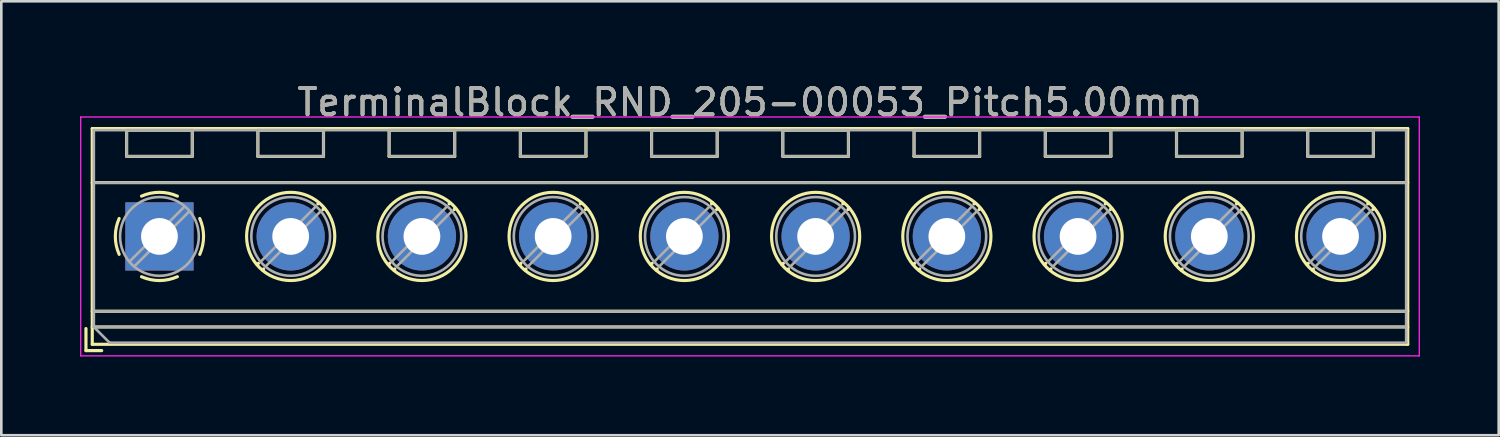
<source format=kicad_pcb>
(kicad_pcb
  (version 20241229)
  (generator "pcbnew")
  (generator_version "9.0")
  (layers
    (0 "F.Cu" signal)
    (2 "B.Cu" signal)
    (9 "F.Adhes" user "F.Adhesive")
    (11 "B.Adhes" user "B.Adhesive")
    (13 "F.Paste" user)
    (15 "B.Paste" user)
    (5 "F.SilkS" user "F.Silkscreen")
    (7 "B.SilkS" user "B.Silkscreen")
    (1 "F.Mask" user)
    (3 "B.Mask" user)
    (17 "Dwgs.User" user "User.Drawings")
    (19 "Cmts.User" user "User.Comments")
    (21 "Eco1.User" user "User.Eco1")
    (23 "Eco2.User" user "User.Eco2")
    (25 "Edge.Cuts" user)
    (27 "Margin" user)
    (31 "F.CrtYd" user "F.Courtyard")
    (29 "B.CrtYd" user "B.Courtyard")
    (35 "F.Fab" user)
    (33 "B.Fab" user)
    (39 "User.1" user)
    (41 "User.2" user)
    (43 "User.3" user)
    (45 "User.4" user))
  (footprint "TerminalBlock_RND_205-00053_Pitch5.00mm"
    (layer "F.Cu")
    (at 3.025 5.958)
    (property "Reference" "TerminalBlock_RND_205-00053_Pitch5.00mm" (at 22.5 -5.11 0) (layer "F.SilkS") (effects (font (size 1 1) (thickness 0.15))))
    (attr through_hole)
    (fp_line (start -2.8 3.51) (end -2.8 4.35) (stroke (width 0.12) (type solid)) (layer "F.SilkS"))
    (fp_line (start -2.8 4.35) (end -2.2 4.35) (stroke (width 0.12) (type solid)) (layer "F.SilkS"))
    (fp_line (start -2.56 -4.11) (end -2.56 4.11) (stroke (width 0.12) (type solid)) (layer "F.SilkS"))
    (fp_line (start -2.56 -2.05) (end 47.56 -2.05) (stroke (width 0.12) (type solid)) (layer "F.SilkS"))
    (fp_line (start -2.56 2.85) (end 47.56 2.85) (stroke (width 0.12) (type solid)) (layer "F.SilkS"))
    (fp_line (start -2.56 3.45) (end 47.56 3.45) (stroke (width 0.12) (type solid)) (layer "F.SilkS"))
    (fp_line (start -2.56 4.11) (end 47.56 4.11) (stroke (width 0.12) (type solid)) (layer "F.SilkS"))
    (fp_line (start -1.25 -4.05) (end -1.25 -3.05) (stroke (width 0.12) (type solid)) (layer "F.SilkS"))
    (fp_line (start -1.25 -4.05) (end 1.25 -4.05) (stroke (width 0.12) (type solid)) (layer "F.SilkS"))
    (fp_line (start -1.25 -3.05) (end 1.25 -3.05) (stroke (width 0.12) (type solid)) (layer "F.SilkS"))
    (fp_line (start 1.25 -4.05) (end 1.25 -3.05) (stroke (width 0.12) (type solid)) (layer "F.SilkS"))
    (fp_line (start 3.75 -4.05) (end 3.75 -3.05) (stroke (width 0.12) (type solid)) (layer "F.SilkS"))
    (fp_line (start 3.75 -4.05) (end 6.25 -4.05) (stroke (width 0.12) (type solid)) (layer "F.SilkS"))
    (fp_line (start 3.75 -3.05) (end 6.25 -3.05) (stroke (width 0.12) (type solid)) (layer "F.SilkS"))
    (fp_line (start 3.773 1.023) (end 3.726 1.069) (stroke (width 0.12) (type solid)) (layer "F.SilkS"))
    (fp_line (start 3.966 1.239) (end 3.931 1.274) (stroke (width 0.12) (type solid)) (layer "F.SilkS"))
    (fp_line (start 6.07 -1.275) (end 6.035 -1.239) (stroke (width 0.12) (type solid)) (layer "F.SilkS"))
    (fp_line (start 6.25 -4.05) (end 6.25 -3.05) (stroke (width 0.12) (type solid)) (layer "F.SilkS"))
    (fp_line (start 6.275 -1.069) (end 6.228 -1.023) (stroke (width 0.12) (type solid)) (layer "F.SilkS"))
    (fp_line (start 8.75 -4.05) (end 8.75 -3.05) (stroke (width 0.12) (type solid)) (layer "F.SilkS"))
    (fp_line (start 8.75 -4.05) (end 11.25 -4.05) (stroke (width 0.12) (type solid)) (layer "F.SilkS"))
    (fp_line (start 8.75 -3.05) (end 11.25 -3.05) (stroke (width 0.12) (type solid)) (layer "F.SilkS"))
    (fp_line (start 8.773 1.023) (end 8.726 1.069) (stroke (width 0.12) (type solid)) (layer "F.SilkS"))
    (fp_line (start 8.966 1.239) (end 8.931 1.274) (stroke (width 0.12) (type solid)) (layer "F.SilkS"))
    (fp_line (start 11.07 -1.275) (end 11.035 -1.239) (stroke (width 0.12) (type solid)) (layer "F.SilkS"))
    (fp_line (start 11.25 -4.05) (end 11.25 -3.05) (stroke (width 0.12) (type solid)) (layer "F.SilkS"))
    (fp_line (start 11.275 -1.069) (end 11.228 -1.023) (stroke (width 0.12) (type solid)) (layer "F.SilkS"))
    (fp_line (start 13.75 -4.05) (end 13.75 -3.05) (stroke (width 0.12) (type solid)) (layer "F.SilkS"))
    (fp_line (start 13.75 -4.05) (end 16.25 -4.05) (stroke (width 0.12) (type solid)) (layer "F.SilkS"))
    (fp_line (start 13.75 -3.05) (end 16.25 -3.05) (stroke (width 0.12) (type solid)) (layer "F.SilkS"))
    (fp_line (start 13.773 1.023) (end 13.726 1.069) (stroke (width 0.12) (type solid)) (layer "F.SilkS"))
    (fp_line (start 13.966 1.239) (end 13.931 1.274) (stroke (width 0.12) (type solid)) (layer "F.SilkS"))
    (fp_line (start 16.07 -1.275) (end 16.035 -1.239) (stroke (width 0.12) (type solid)) (layer "F.SilkS"))
    (fp_line (start 16.25 -4.05) (end 16.25 -3.05) (stroke (width 0.12) (type solid)) (layer "F.SilkS"))
    (fp_line (start 16.275 -1.069) (end 16.228 -1.023) (stroke (width 0.12) (type solid)) (layer "F.SilkS"))
    (fp_line (start 18.75 -4.05) (end 18.75 -3.05) (stroke (width 0.12) (type solid)) (layer "F.SilkS"))
    (fp_line (start 18.75 -4.05) (end 21.25 -4.05) (stroke (width 0.12) (type solid)) (layer "F.SilkS"))
    (fp_line (start 18.75 -3.05) (end 21.25 -3.05) (stroke (width 0.12) (type solid)) (layer "F.SilkS"))
    (fp_line (start 18.773 1.023) (end 18.726 1.069) (stroke (width 0.12) (type solid)) (layer "F.SilkS"))
    (fp_line (start 18.966 1.239) (end 18.931 1.274) (stroke (width 0.12) (type solid)) (layer "F.SilkS"))
    (fp_line (start 21.07 -1.275) (end 21.035 -1.239) (stroke (width 0.12) (type solid)) (layer "F.SilkS"))
    (fp_line (start 21.25 -4.05) (end 21.25 -3.05) (stroke (width 0.12) (type solid)) (layer "F.SilkS"))
    (fp_line (start 21.275 -1.069) (end 21.228 -1.023) (stroke (width 0.12) (type solid)) (layer "F.SilkS"))
    (fp_line (start 23.75 -4.05) (end 23.75 -3.05) (stroke (width 0.12) (type solid)) (layer "F.SilkS"))
    (fp_line (start 23.75 -4.05) (end 26.25 -4.05) (stroke (width 0.12) (type solid)) (layer "F.SilkS"))
    (fp_line (start 23.75 -3.05) (end 26.25 -3.05) (stroke (width 0.12) (type solid)) (layer "F.SilkS"))
    (fp_line (start 23.773 1.023) (end 23.726 1.069) (stroke (width 0.12) (type solid)) (layer "F.SilkS"))
    (fp_line (start 23.966 1.239) (end 23.931 1.274) (stroke (width 0.12) (type solid)) (layer "F.SilkS"))
    (fp_line (start 26.07 -1.275) (end 26.035 -1.239) (stroke (width 0.12) (type solid)) (layer "F.SilkS"))
    (fp_line (start 26.25 -4.05) (end 26.25 -3.05) (stroke (width 0.12) (type solid)) (layer "F.SilkS"))
    (fp_line (start 26.275 -1.069) (end 26.228 -1.023) (stroke (width 0.12) (type solid)) (layer "F.SilkS"))
    (fp_line (start 28.75 -4.05) (end 28.75 -3.05) (stroke (width 0.12) (type solid)) (layer "F.SilkS"))
    (fp_line (start 28.75 -4.05) (end 31.25 -4.05) (stroke (width 0.12) (type solid)) (layer "F.SilkS"))
    (fp_line (start 28.75 -3.05) (end 31.25 -3.05) (stroke (width 0.12) (type solid)) (layer "F.SilkS"))
    (fp_line (start 28.773 1.023) (end 28.726 1.069) (stroke (width 0.12) (type solid)) (layer "F.SilkS"))
    (fp_line (start 28.966 1.239) (end 28.931 1.274) (stroke (width 0.12) (type solid)) (layer "F.SilkS"))
    (fp_line (start 31.07 -1.275) (end 31.035 -1.239) (stroke (width 0.12) (type solid)) (layer "F.SilkS"))
    (fp_line (start 31.25 -4.05) (end 31.25 -3.05) (stroke (width 0.12) (type solid)) (layer "F.SilkS"))
    (fp_line (start 31.275 -1.069) (end 31.228 -1.023) (stroke (width 0.12) (type solid)) (layer "F.SilkS"))
    (fp_line (start 33.75 -4.05) (end 33.75 -3.05) (stroke (width 0.12) (type solid)) (layer "F.SilkS"))
    (fp_line (start 33.75 -4.05) (end 36.25 -4.05) (stroke (width 0.12) (type solid)) (layer "F.SilkS"))
    (fp_line (start 33.75 -3.05) (end 36.25 -3.05) (stroke (width 0.12) (type solid)) (layer "F.SilkS"))
    (fp_line (start 33.773 1.023) (end 33.726 1.069) (stroke (width 0.12) (type solid)) (layer "F.SilkS"))
    (fp_line (start 33.966 1.239) (end 33.931 1.274) (stroke (width 0.12) (type solid)) (layer "F.SilkS"))
    (fp_line (start 36.07 -1.275) (end 36.035 -1.239) (stroke (width 0.12) (type solid)) (layer "F.SilkS"))
    (fp_line (start 36.25 -4.05) (end 36.25 -3.05) (stroke (width 0.12) (type solid)) (layer "F.SilkS"))
    (fp_line (start 36.275 -1.069) (end 36.228 -1.023) (stroke (width 0.12) (type solid)) (layer "F.SilkS"))
    (fp_line (start 38.75 -4.05) (end 38.75 -3.05) (stroke (width 0.12) (type solid)) (layer "F.SilkS"))
    (fp_line (start 38.75 -4.05) (end 41.25 -4.05) (stroke (width 0.12) (type solid)) (layer "F.SilkS"))
    (fp_line (start 38.75 -3.05) (end 41.25 -3.05) (stroke (width 0.12) (type solid)) (layer "F.SilkS"))
    (fp_line (start 38.773 1.023) (end 38.726 1.069) (stroke (width 0.12) (type solid)) (layer "F.SilkS"))
    (fp_line (start 38.966 1.239) (end 38.931 1.274) (stroke (width 0.12) (type solid)) (layer "F.SilkS"))
    (fp_line (start 41.07 -1.275) (end 41.035 -1.239) (stroke (width 0.12) (type solid)) (layer "F.SilkS"))
    (fp_line (start 41.25 -4.05) (end 41.25 -3.05) (stroke (width 0.12) (type solid)) (layer "F.SilkS"))
    (fp_line (start 41.275 -1.069) (end 41.228 -1.023) (stroke (width 0.12) (type solid)) (layer "F.SilkS"))
    (fp_line (start 43.75 -4.05) (end 43.75 -3.05) (stroke (width 0.12) (type solid)) (layer "F.SilkS"))
    (fp_line (start 43.75 -4.05) (end 46.25 -4.05) (stroke (width 0.12) (type solid)) (layer "F.SilkS"))
    (fp_line (start 43.75 -3.05) (end 46.25 -3.05) (stroke (width 0.12) (type solid)) (layer "F.SilkS"))
    (fp_line (start 43.773 1.023) (end 43.726 1.069) (stroke (width 0.12) (type solid)) (layer "F.SilkS"))
    (fp_line (start 43.966 1.239) (end 43.931 1.274) (stroke (width 0.12) (type solid)) (layer "F.SilkS"))
    (fp_line (start 46.07 -1.275) (end 46.035 -1.239) (stroke (width 0.12) (type solid)) (layer "F.SilkS"))
    (fp_line (start 46.25 -4.05) (end 46.25 -3.05) (stroke (width 0.12) (type solid)) (layer "F.SilkS"))
    (fp_line (start 46.275 -1.069) (end 46.228 -1.023) (stroke (width 0.12) (type solid)) (layer "F.SilkS"))
    (fp_line (start 47.56 -4.11) (end -2.56 -4.11) (stroke (width 0.12) (type solid)) (layer "F.SilkS"))
    (fp_line (start 47.56 4.11) (end 47.56 -4.11) (stroke (width 0.12) (type solid)) (layer "F.SilkS"))
    (fp_arc (start -1.535427 0.683042) (mid -1.680501 -0.000524) (end -1.535 -0.684) (stroke (width 0.12) (type solid)) (layer "F.SilkS"))
    (fp_arc (start -0.683042 -1.535427) (mid 0.000524 -1.680501) (end 0.684 -1.535) (stroke (width 0.12) (type solid)) (layer "F.SilkS"))
    (fp_arc (start 0.028805 1.680253) (mid -0.335551 1.646659) (end -0.684 1.535) (stroke (width 0.12) (type solid)) (layer "F.SilkS"))
    (fp_arc (start 0.683318 1.534756) (mid 0.349292 1.643288) (end 0 1.68) (stroke (width 0.12) (type solid)) (layer "F.SilkS"))
    (fp_arc (start 1.535427 -0.683042) (mid 1.680501 0.000524) (end 1.535 0.684) (stroke (width 0.12) (type solid)) (layer "F.SilkS"))
    (fp_circle (center 5 0) (end 6.68 0) (stroke (width 0.12) (type solid)) (fill no) (layer "F.SilkS"))
    (fp_circle (center 10 0) (end 11.68 0) (stroke (width 0.12) (type solid)) (fill no) (layer "F.SilkS"))
    (fp_circle (center 15 0) (end 16.68 0) (stroke (width 0.12) (type solid)) (fill no) (layer "F.SilkS"))
    (fp_circle (center 20 0) (end 21.68 0) (stroke (width 0.12) (type solid)) (fill no) (layer "F.SilkS"))
    (fp_circle (center 25 0) (end 26.68 0) (stroke (width 0.12) (type solid)) (fill no) (layer "F.SilkS"))
    (fp_circle (center 30 0) (end 31.68 0) (stroke (width 0.12) (type solid)) (fill no) (layer "F.SilkS"))
    (fp_circle (center 35 0) (end 36.68 0) (stroke (width 0.12) (type solid)) (fill no) (layer "F.SilkS"))
    (fp_circle (center 40 0) (end 41.68 0) (stroke (width 0.12) (type solid)) (fill no) (layer "F.SilkS"))
    (fp_circle (center 45 0) (end 46.68 0) (stroke (width 0.12) (type solid)) (fill no) (layer "F.SilkS"))
    (fp_line (start -3 -4.55) (end -3 4.55) (stroke (width 0.05) (type solid)) (layer "F.CrtYd"))
    (fp_line (start -3 4.55) (end 48 4.55) (stroke (width 0.05) (type solid)) (layer "F.CrtYd"))
    (fp_line (start 48 -4.55) (end -3 -4.55) (stroke (width 0.05) (type solid)) (layer "F.CrtYd"))
    (fp_line (start 48 4.55) (end 48 -4.55) (stroke (width 0.05) (type solid)) (layer "F.CrtYd"))
    (fp_line (start -2.5 -4.05) (end 47.5 -4.05) (stroke (width 0.1) (type solid)) (layer "F.Fab"))
    (fp_line (start -2.5 -2.05) (end 47.5 -2.05) (stroke (width 0.1) (type solid)) (layer "F.Fab"))
    (fp_line (start -2.5 2.85) (end 47.5 2.85) (stroke (width 0.1) (type solid)) (layer "F.Fab"))
    (fp_line (start -2.5 3.45) (end -2.5 -4.05) (stroke (width 0.1) (type solid)) (layer "F.Fab"))
    (fp_line (start -2.5 3.45) (end 47.5 3.45) (stroke (width 0.1) (type solid)) (layer "F.Fab"))
    (fp_line (start -1.9 4.05) (end -2.5 3.45) (stroke (width 0.1) (type solid)) (layer "F.Fab"))
    (fp_line (start -1.25 -4.05) (end -1.25 -3.05) (stroke (width 0.1) (type solid)) (layer "F.Fab"))
    (fp_line (start -1.25 -3.05) (end 1.25 -3.05) (stroke (width 0.1) (type solid)) (layer "F.Fab"))
    (fp_line (start 0.955 -1.138) (end -1.138 0.955) (stroke (width 0.1) (type solid)) (layer "F.Fab"))
    (fp_line (start 1.138 -0.955) (end -0.955 1.138) (stroke (width 0.1) (type solid)) (layer "F.Fab"))
    (fp_line (start 1.25 -4.05) (end -1.25 -4.05) (stroke (width 0.1) (type solid)) (layer "F.Fab"))
    (fp_line (start 1.25 -3.05) (end 1.25 -4.05) (stroke (width 0.1) (type solid)) (layer "F.Fab"))
    (fp_line (start 3.75 -4.05) (end 3.75 -3.05) (stroke (width 0.1) (type solid)) (layer "F.Fab"))
    (fp_line (start 3.75 -3.05) (end 6.25 -3.05) (stroke (width 0.1) (type solid)) (layer "F.Fab"))
    (fp_line (start 5.955 -1.138) (end 3.863 0.955) (stroke (width 0.1) (type solid)) (layer "F.Fab"))
    (fp_line (start 6.138 -0.955) (end 4.046 1.138) (stroke (width 0.1) (type solid)) (layer "F.Fab"))
    (fp_line (start 6.25 -4.05) (end 3.75 -4.05) (stroke (width 0.1) (type solid)) (layer "F.Fab"))
    (fp_line (start 6.25 -3.05) (end 6.25 -4.05) (stroke (width 0.1) (type solid)) (layer "F.Fab"))
    (fp_line (start 8.75 -4.05) (end 8.75 -3.05) (stroke (width 0.1) (type solid)) (layer "F.Fab"))
    (fp_line (start 8.75 -3.05) (end 11.25 -3.05) (stroke (width 0.1) (type solid)) (layer "F.Fab"))
    (fp_line (start 10.955 -1.138) (end 8.863 0.955) (stroke (width 0.1) (type solid)) (layer "F.Fab"))
    (fp_line (start 11.138 -0.955) (end 9.046 1.138) (stroke (width 0.1) (type solid)) (layer "F.Fab"))
    (fp_line (start 11.25 -4.05) (end 8.75 -4.05) (stroke (width 0.1) (type solid)) (layer "F.Fab"))
    (fp_line (start 11.25 -3.05) (end 11.25 -4.05) (stroke (width 0.1) (type solid)) (layer "F.Fab"))
    (fp_line (start 13.75 -4.05) (end 13.75 -3.05) (stroke (width 0.1) (type solid)) (layer "F.Fab"))
    (fp_line (start 13.75 -3.05) (end 16.25 -3.05) (stroke (width 0.1) (type solid)) (layer "F.Fab"))
    (fp_line (start 15.955 -1.138) (end 13.863 0.955) (stroke (width 0.1) (type solid)) (layer "F.Fab"))
    (fp_line (start 16.138 -0.955) (end 14.046 1.138) (stroke (width 0.1) (type solid)) (layer "F.Fab"))
    (fp_line (start 16.25 -4.05) (end 13.75 -4.05) (stroke (width 0.1) (type solid)) (layer "F.Fab"))
    (fp_line (start 16.25 -3.05) (end 16.25 -4.05) (stroke (width 0.1) (type solid)) (layer "F.Fab"))
    (fp_line (start 18.75 -4.05) (end 18.75 -3.05) (stroke (width 0.1) (type solid)) (layer "F.Fab"))
    (fp_line (start 18.75 -3.05) (end 21.25 -3.05) (stroke (width 0.1) (type solid)) (layer "F.Fab"))
    (fp_line (start 20.955 -1.138) (end 18.863 0.955) (stroke (width 0.1) (type solid)) (layer "F.Fab"))
    (fp_line (start 21.138 -0.955) (end 19.046 1.138) (stroke (width 0.1) (type solid)) (layer "F.Fab"))
    (fp_line (start 21.25 -4.05) (end 18.75 -4.05) (stroke (width 0.1) (type solid)) (layer "F.Fab"))
    (fp_line (start 21.25 -3.05) (end 21.25 -4.05) (stroke (width 0.1) (type solid)) (layer "F.Fab"))
    (fp_line (start 23.75 -4.05) (end 23.75 -3.05) (stroke (width 0.1) (type solid)) (layer "F.Fab"))
    (fp_line (start 23.75 -3.05) (end 26.25 -3.05) (stroke (width 0.1) (type solid)) (layer "F.Fab"))
    (fp_line (start 25.955 -1.138) (end 23.863 0.955) (stroke (width 0.1) (type solid)) (layer "F.Fab"))
    (fp_line (start 26.138 -0.955) (end 24.046 1.138) (stroke (width 0.1) (type solid)) (layer "F.Fab"))
    (fp_line (start 26.25 -4.05) (end 23.75 -4.05) (stroke (width 0.1) (type solid)) (layer "F.Fab"))
    (fp_line (start 26.25 -3.05) (end 26.25 -4.05) (stroke (width 0.1) (type solid)) (layer "F.Fab"))
    (fp_line (start 28.75 -4.05) (end 28.75 -3.05) (stroke (width 0.1) (type solid)) (layer "F.Fab"))
    (fp_line (start 28.75 -3.05) (end 31.25 -3.05) (stroke (width 0.1) (type solid)) (layer "F.Fab"))
    (fp_line (start 30.955 -1.138) (end 28.863 0.955) (stroke (width 0.1) (type solid)) (layer "F.Fab"))
    (fp_line (start 31.138 -0.955) (end 29.046 1.138) (stroke (width 0.1) (type solid)) (layer "F.Fab"))
    (fp_line (start 31.25 -4.05) (end 28.75 -4.05) (stroke (width 0.1) (type solid)) (layer "F.Fab"))
    (fp_line (start 31.25 -3.05) (end 31.25 -4.05) (stroke (width 0.1) (type solid)) (layer "F.Fab"))
    (fp_line (start 33.75 -4.05) (end 33.75 -3.05) (stroke (width 0.1) (type solid)) (layer "F.Fab"))
    (fp_line (start 33.75 -3.05) (end 36.25 -3.05) (stroke (width 0.1) (type solid)) (layer "F.Fab"))
    (fp_line (start 35.955 -1.138) (end 33.863 0.955) (stroke (width 0.1) (type solid)) (layer "F.Fab"))
    (fp_line (start 36.138 -0.955) (end 34.046 1.138) (stroke (width 0.1) (type solid)) (layer "F.Fab"))
    (fp_line (start 36.25 -4.05) (end 33.75 -4.05) (stroke (width 0.1) (type solid)) (layer "F.Fab"))
    (fp_line (start 36.25 -3.05) (end 36.25 -4.05) (stroke (width 0.1) (type solid)) (layer "F.Fab"))
    (fp_line (start 38.75 -4.05) (end 38.75 -3.05) (stroke (width 0.1) (type solid)) (layer "F.Fab"))
    (fp_line (start 38.75 -3.05) (end 41.25 -3.05) (stroke (width 0.1) (type solid)) (layer "F.Fab"))
    (fp_line (start 40.955 -1.138) (end 38.863 0.955) (stroke (width 0.1) (type solid)) (layer "F.Fab"))
    (fp_line (start 41.138 -0.955) (end 39.046 1.138) (stroke (width 0.1) (type solid)) (layer "F.Fab"))
    (fp_line (start 41.25 -4.05) (end 38.75 -4.05) (stroke (width 0.1) (type solid)) (layer "F.Fab"))
    (fp_line (start 41.25 -3.05) (end 41.25 -4.05) (stroke (width 0.1) (type solid)) (layer "F.Fab"))
    (fp_line (start 43.75 -4.05) (end 43.75 -3.05) (stroke (width 0.1) (type solid)) (layer "F.Fab"))
    (fp_line (start 43.75 -3.05) (end 46.25 -3.05) (stroke (width 0.1) (type solid)) (layer "F.Fab"))
    (fp_line (start 45.955 -1.138) (end 43.863 0.955) (stroke (width 0.1) (type solid)) (layer "F.Fab"))
    (fp_line (start 46.138 -0.955) (end 44.046 1.138) (stroke (width 0.1) (type solid)) (layer "F.Fab"))
    (fp_line (start 46.25 -4.05) (end 43.75 -4.05) (stroke (width 0.1) (type solid)) (layer "F.Fab"))
    (fp_line (start 46.25 -3.05) (end 46.25 -4.05) (stroke (width 0.1) (type solid)) (layer "F.Fab"))
    (fp_line (start 47.5 -4.05) (end 47.5 4.05) (stroke (width 0.1) (type solid)) (layer "F.Fab"))
    (fp_line (start 47.5 4.05) (end -1.9 4.05) (stroke (width 0.1) (type solid)) (layer "F.Fab"))
    (fp_circle (center 0 0) (end 1.5 0) (stroke (width 0.1) (type solid)) (fill no) (layer "F.Fab"))
    (fp_circle (center 5 0) (end 6.5 0) (stroke (width 0.1) (type solid)) (fill no) (layer "F.Fab"))
    (fp_circle (center 10 0) (end 11.5 0) (stroke (width 0.1) (type solid)) (fill no) (layer "F.Fab"))
    (fp_circle (center 15 0) (end 16.5 0) (stroke (width 0.1) (type solid)) (fill no) (layer "F.Fab"))
    (fp_circle (center 20 0) (end 21.5 0) (stroke (width 0.1) (type solid)) (fill no) (layer "F.Fab"))
    (fp_circle (center 25 0) (end 26.5 0) (stroke (width 0.1) (type solid)) (fill no) (layer "F.Fab"))
    (fp_circle (center 30 0) (end 31.5 0) (stroke (width 0.1) (type solid)) (fill no) (layer "F.Fab"))
    (fp_circle (center 35 0) (end 36.5 0) (stroke (width 0.1) (type solid)) (fill no) (layer "F.Fab"))
    (fp_circle (center 40 0) (end 41.5 0) (stroke (width 0.1) (type solid)) (fill no) (layer "F.Fab"))
    (fp_circle (center 45 0) (end 46.5 0) (stroke (width 0.1) (type solid)) (fill no) (layer "F.Fab"))
    (fp_text user "${REFERENCE}" (at 22.5 -5.11 0) (layer "F.Fab") (effects (font (size 1 1) (thickness 0.15))))
    (pad "1" thru_hole rect (at 0 0) (size 2.6 2.6) (drill 1.4) (layers "*.Cu" "*.Mask"))
    (pad "2" thru_hole circle (at 5 0) (size 2.6 2.6) (drill 1.4) (layers "*.Cu" "*.Mask"))
    (pad "3" thru_hole circle (at 10 0) (size 2.6 2.6) (drill 1.4) (layers "*.Cu" "*.Mask"))
    (pad "4" thru_hole circle (at 15 0) (size 2.6 2.6) (drill 1.4) (layers "*.Cu" "*.Mask"))
    (pad "5" thru_hole circle (at 20 0) (size 2.6 2.6) (drill 1.4) (layers "*.Cu" "*.Mask"))
    (pad "6" thru_hole circle (at 25 0) (size 2.6 2.6) (drill 1.4) (layers "*.Cu" "*.Mask"))
    (pad "7" thru_hole circle (at 30 0) (size 2.6 2.6) (drill 1.4) (layers "*.Cu" "*.Mask"))
    (pad "8" thru_hole circle (at 35 0) (size 2.6 2.6) (drill 1.4) (layers "*.Cu" "*.Mask"))
    (pad "9" thru_hole circle (at 40 0) (size 2.6 2.6) (drill 1.4) (layers "*.Cu" "*.Mask"))
    (pad "10" thru_hole circle (at 45 0) (size 2.6 2.6) (drill 1.4) (layers "*.Cu" "*.Mask")))
  (gr_rect
    (start -3 -3)
    (end 54.05 13.533)
    (stroke (width 0.1) (type default))
    (fill no)
    (layer "Edge.Cuts")))
</source>
